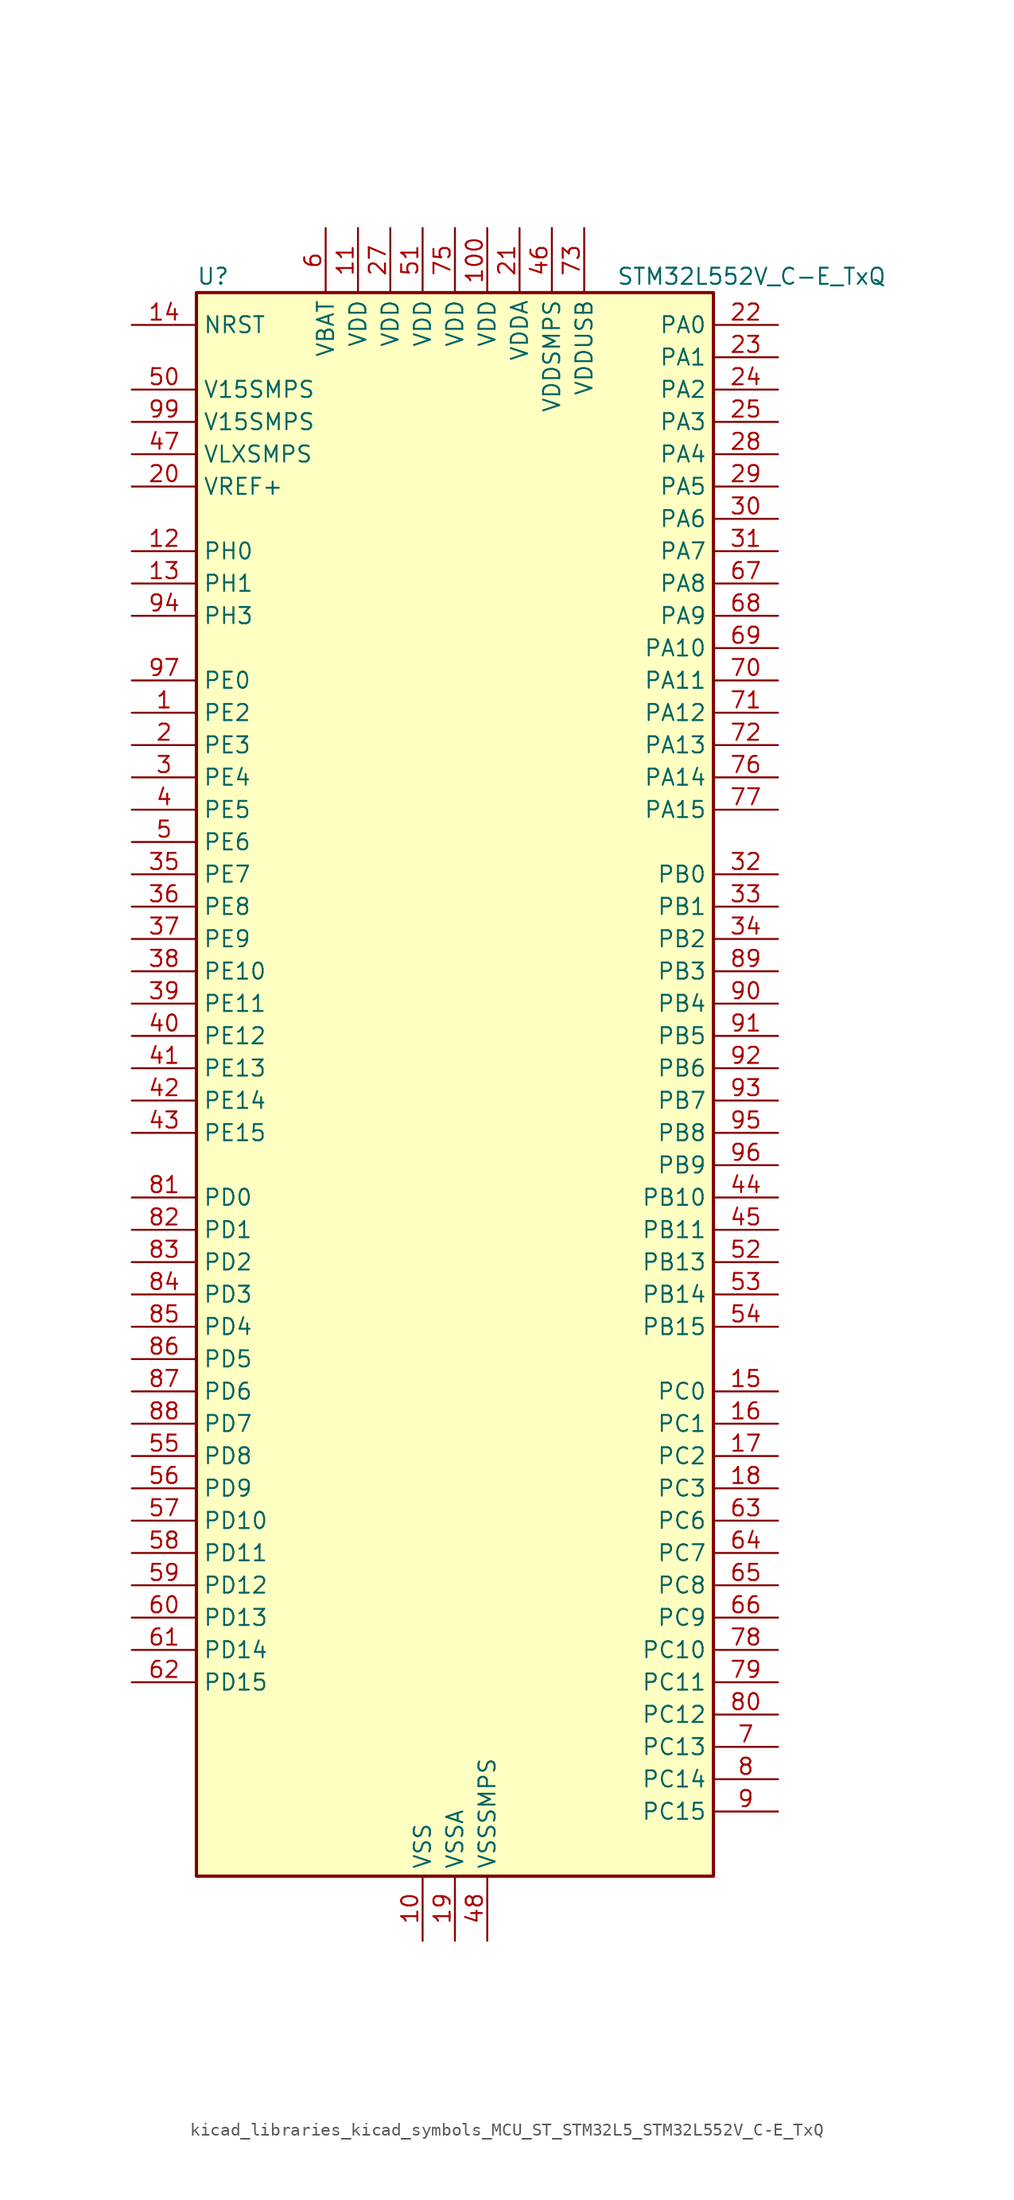
<source format=kicad_sym>
(kicad_symbol_lib
  (version 20220914)
  (generator kicad_symbol_editor)
  (symbol "kicad_libraries_kicad_symbols_MCU_ST_STM32L5_STM32L552V_C-E_TxQ"
    (property "Reference" "U"
      (at -20.32 64.77 0)
      (effects (font (size 1.27 1.27)) (justify left)))
    (property "Value" "STM32L552V_C-E_TxQ"
      (at 12.7 64.77 0)
      (effects (font (size 1.27 1.27)) (justify left)))
    (property "ki_locked" ""
      (at 0 0 0)
      (effects (font (size 1.27 1.27))))
    (symbol "kicad_libraries_kicad_symbols_MCU_ST_STM32L5_STM32L552V_C-E_TxQ_0_1"
      (rectangle (start -20.32 -60.96) (end 20.32 63.5) (stroke (width 0.254) (type default)) (fill (type background))))
    (symbol "kicad_libraries_kicad_symbols_MCU_ST_STM32L5_STM32L552V_C-E_TxQ_1_1"
      (pin bidirectional line (at -25.4 30.48 0) (length 5.08) (name "PE2" (effects (font (size 1.27 1.27)))) (number "1" (effects (font (size 1.27 1.27)))) (alternate "DEBUG_TRACECLK" bidirectional line) (alternate "FMC_A23" bidirectional line) (alternate "SAI1_CK1" bidirectional line) (alternate "SAI1_MCLK_A" bidirectional line) (alternate "TIM3_ETR" bidirectional line) (alternate "TSC_G7_IO1" bidirectional line))
      (pin power_in line (at -2.54 -66.04 90) (length 5.08) (name "VSS" (effects (font (size 1.27 1.27)))) (number "10" (effects (font (size 1.27 1.27)))))
      (pin power_in line (at 2.54 68.58 270) (length 5.08) (name "VDD" (effects (font (size 1.27 1.27)))) (number "100" (effects (font (size 1.27 1.27)))))
      (pin power_in line (at -7.62 68.58 270) (length 5.08) (name "VDD" (effects (font (size 1.27 1.27)))) (number "11" (effects (font (size 1.27 1.27)))))
      (pin bidirectional line (at -25.4 43.18 0) (length 5.08) (name "PH0" (effects (font (size 1.27 1.27)))) (number "12" (effects (font (size 1.27 1.27)))) (alternate "RCC_OSC_IN" bidirectional line))
      (pin bidirectional line (at -25.4 40.64 0) (length 5.08) (name "PH1" (effects (font (size 1.27 1.27)))) (number "13" (effects (font (size 1.27 1.27)))) (alternate "RCC_OSC_OUT" bidirectional line))
      (pin input line (at -25.4 60.96 0) (length 5.08) (name "NRST" (effects (font (size 1.27 1.27)))) (number "14" (effects (font (size 1.27 1.27)))))
      (pin bidirectional line (at 25.4 -22.86 180) (length 5.08) (name "PC0" (effects (font (size 1.27 1.27)))) (number "15" (effects (font (size 1.27 1.27)))) (alternate "ADC1_IN1" bidirectional line) (alternate "ADC2_IN1" bidirectional line) (alternate "I2C3_SCL" bidirectional line) (alternate "LPTIM1_IN1" bidirectional line) (alternate "LPTIM2_IN1" bidirectional line) (alternate "LPUART1_RX" bidirectional line) (alternate "OCTOSPI1_IO7" bidirectional line) (alternate "SAI2_FS_A" bidirectional line) (alternate "SDMMC1_D5" bidirectional line))
      (pin bidirectional line (at 25.4 -25.4 180) (length 5.08) (name "PC1" (effects (font (size 1.27 1.27)))) (number "16" (effects (font (size 1.27 1.27)))) (alternate "ADC1_IN2" bidirectional line) (alternate "ADC2_IN2" bidirectional line) (alternate "DEBUG_TRACED0" bidirectional line) (alternate "I2C3_SDA" bidirectional line) (alternate "LPTIM1_OUT" bidirectional line) (alternate "LPUART1_TX" bidirectional line) (alternate "OCTOSPI1_IO4" bidirectional line) (alternate "SAI1_SD_A" bidirectional line) (alternate "SPI2_MOSI" bidirectional line))
      (pin bidirectional line (at 25.4 -27.94 180) (length 5.08) (name "PC2" (effects (font (size 1.27 1.27)))) (number "17" (effects (font (size 1.27 1.27)))) (alternate "ADC1_IN3" bidirectional line) (alternate "ADC2_IN3" bidirectional line) (alternate "DFSDM1_CKOUT" bidirectional line) (alternate "LPTIM1_IN2" bidirectional line) (alternate "OCTOSPI1_IO5" bidirectional line) (alternate "SPI2_MISO" bidirectional line))
      (pin bidirectional line (at 25.4 -30.48 180) (length 5.08) (name "PC3" (effects (font (size 1.27 1.27)))) (number "18" (effects (font (size 1.27 1.27)))) (alternate "ADC1_IN4" bidirectional line) (alternate "ADC2_IN4" bidirectional line) (alternate "LPTIM1_ETR" bidirectional line) (alternate "LPTIM2_ETR" bidirectional line) (alternate "LPTIM3_OUT" bidirectional line) (alternate "OCTOSPI1_IO6" bidirectional line) (alternate "SAI1_D1" bidirectional line) (alternate "SAI1_SD_A" bidirectional line) (alternate "SPI2_MOSI" bidirectional line))
      (pin power_in line (at 0 -66.04 90) (length 5.08) (name "VSSA" (effects (font (size 1.27 1.27)))) (number "19" (effects (font (size 1.27 1.27)))))
      (pin bidirectional line (at -25.4 27.94 0) (length 5.08) (name "PE3" (effects (font (size 1.27 1.27)))) (number "2" (effects (font (size 1.27 1.27)))) (alternate "DEBUG_TRACED0" bidirectional line) (alternate "FMC_A19" bidirectional line) (alternate "OCTOSPI1_DQS" bidirectional line) (alternate "SAI1_SD_B" bidirectional line) (alternate "TIM3_CH1" bidirectional line) (alternate "TSC_G7_IO2" bidirectional line))
      (pin input line (at -25.4 48.26 0) (length 5.08) (name "VREF+" (effects (font (size 1.27 1.27)))) (number "20" (effects (font (size 1.27 1.27)))))
      (pin power_in line (at 5.08 68.58 270) (length 5.08) (name "VDDA" (effects (font (size 1.27 1.27)))) (number "21" (effects (font (size 1.27 1.27)))))
      (pin bidirectional line (at 25.4 60.96 180) (length 5.08) (name "PA0" (effects (font (size 1.27 1.27)))) (number "22" (effects (font (size 1.27 1.27)))) (alternate "ADC1_IN5" bidirectional line) (alternate "ADC2_IN5" bidirectional line) (alternate "OPAMP1_VINP" bidirectional line) (alternate "PWR_WKUP1" bidirectional line) (alternate "SAI1_EXTCLK" bidirectional line) (alternate "TAMP_IN2" bidirectional line) (alternate "TAMP_OUT1" bidirectional line) (alternate "TIM2_CH1" bidirectional line) (alternate "TIM2_ETR" bidirectional line) (alternate "TIM5_CH1" bidirectional line) (alternate "TIM8_ETR" bidirectional line) (alternate "UART4_TX" bidirectional line) (alternate "USART2_CTS" bidirectional line) (alternate "USART2_NSS" bidirectional line))
      (pin bidirectional line (at 25.4 58.42 180) (length 5.08) (name "PA1" (effects (font (size 1.27 1.27)))) (number "23" (effects (font (size 1.27 1.27)))) (alternate "ADC1_IN6" bidirectional line) (alternate "ADC2_IN6" bidirectional line) (alternate "I2C1_SMBA" bidirectional line) (alternate "OCTOSPI1_DQS" bidirectional line) (alternate "OPAMP1_VINM" bidirectional line) (alternate "SPI1_SCK" bidirectional line) (alternate "TAMP_IN5" bidirectional line) (alternate "TAMP_OUT4" bidirectional line) (alternate "TIM15_CH1N" bidirectional line) (alternate "TIM2_CH2" bidirectional line) (alternate "TIM5_CH2" bidirectional line) (alternate "UART4_RX" bidirectional line) (alternate "USART2_DE" bidirectional line) (alternate "USART2_RTS" bidirectional line))
      (pin bidirectional line (at 25.4 55.88 180) (length 5.08) (name "PA2" (effects (font (size 1.27 1.27)))) (number "24" (effects (font (size 1.27 1.27)))) (alternate "ADC1_IN7" bidirectional line) (alternate "ADC2_IN7" bidirectional line) (alternate "COMP1_INP" bidirectional line) (alternate "LPUART1_TX" bidirectional line) (alternate "OCTOSPI1_NCS" bidirectional line) (alternate "PWR_WKUP4" bidirectional line) (alternate "RCC_LSCO" bidirectional line) (alternate "SAI2_EXTCLK" bidirectional line) (alternate "TIM15_CH1" bidirectional line) (alternate "TIM2_CH3" bidirectional line) (alternate "TIM5_CH3" bidirectional line) (alternate "UCPD1_FRSTX1" bidirectional line) (alternate "USART2_TX" bidirectional line))
      (pin bidirectional line (at 25.4 53.34 180) (length 5.08) (name "PA3" (effects (font (size 1.27 1.27)))) (number "25" (effects (font (size 1.27 1.27)))) (alternate "ADC1_IN8" bidirectional line) (alternate "ADC2_IN8" bidirectional line) (alternate "LPUART1_RX" bidirectional line) (alternate "OCTOSPI1_CLK" bidirectional line) (alternate "OPAMP1_VOUT" bidirectional line) (alternate "SAI1_CK1" bidirectional line) (alternate "SAI1_MCLK_A" bidirectional line) (alternate "TIM15_CH2" bidirectional line) (alternate "TIM2_CH4" bidirectional line) (alternate "TIM5_CH4" bidirectional line) (alternate "USART2_RX" bidirectional line))
      (pin passive line (at -2.54 -66.04 90) (length 5.08) hide (name "VSS" (effects (font (size 1.27 1.27)))) (number "26" (effects (font (size 1.27 1.27)))))
      (pin power_in line (at -5.08 68.58 270) (length 5.08) (name "VDD" (effects (font (size 1.27 1.27)))) (number "27" (effects (font (size 1.27 1.27)))))
      (pin bidirectional line (at 25.4 50.8 180) (length 5.08) (name "PA4" (effects (font (size 1.27 1.27)))) (number "28" (effects (font (size 1.27 1.27)))) (alternate "ADC1_IN9" bidirectional line) (alternate "ADC2_IN9" bidirectional line) (alternate "DAC1_OUT1" bidirectional line) (alternate "LPTIM2_OUT" bidirectional line) (alternate "OCTOSPI1_NCS" bidirectional line) (alternate "SAI1_FS_B" bidirectional line) (alternate "SPI1_NSS" bidirectional line) (alternate "SPI3_NSS" bidirectional line) (alternate "USART2_CK" bidirectional line))
      (pin bidirectional line (at 25.4 48.26 180) (length 5.08) (name "PA5" (effects (font (size 1.27 1.27)))) (number "29" (effects (font (size 1.27 1.27)))) (alternate "ADC1_IN10" bidirectional line) (alternate "ADC2_IN10" bidirectional line) (alternate "DAC1_OUT2" bidirectional line) (alternate "LPTIM2_ETR" bidirectional line) (alternate "SPI1_SCK" bidirectional line) (alternate "TIM2_CH1" bidirectional line) (alternate "TIM2_ETR" bidirectional line) (alternate "TIM8_CH1N" bidirectional line))
      (pin bidirectional line (at -25.4 25.4 0) (length 5.08) (name "PE4" (effects (font (size 1.27 1.27)))) (number "3" (effects (font (size 1.27 1.27)))) (alternate "DEBUG_TRACED1" bidirectional line) (alternate "DFSDM1_DATIN3" bidirectional line) (alternate "FMC_A20" bidirectional line) (alternate "SAI1_D2" bidirectional line) (alternate "SAI1_FS_A" bidirectional line) (alternate "TIM3_CH2" bidirectional line) (alternate "TSC_G7_IO3" bidirectional line))
      (pin bidirectional line (at 25.4 45.72 180) (length 5.08) (name "PA6" (effects (font (size 1.27 1.27)))) (number "30" (effects (font (size 1.27 1.27)))) (alternate "ADC1_IN11" bidirectional line) (alternate "ADC2_IN11" bidirectional line) (alternate "LPUART1_CTS" bidirectional line) (alternate "OCTOSPI1_IO3" bidirectional line) (alternate "OPAMP2_VINP" bidirectional line) (alternate "SPI1_MISO" bidirectional line) (alternate "TIM16_CH1" bidirectional line) (alternate "TIM1_BKIN" bidirectional line) (alternate "TIM3_CH1" bidirectional line) (alternate "TIM8_BKIN" bidirectional line) (alternate "USART3_CTS" bidirectional line) (alternate "USART3_NSS" bidirectional line))
      (pin bidirectional line (at 25.4 43.18 180) (length 5.08) (name "PA7" (effects (font (size 1.27 1.27)))) (number "31" (effects (font (size 1.27 1.27)))) (alternate "ADC1_IN12" bidirectional line) (alternate "ADC2_IN12" bidirectional line) (alternate "I2C3_SCL" bidirectional line) (alternate "OCTOSPI1_IO2" bidirectional line) (alternate "OPAMP2_VINM" bidirectional line) (alternate "SPI1_MOSI" bidirectional line) (alternate "TIM17_CH1" bidirectional line) (alternate "TIM1_CH1N" bidirectional line) (alternate "TIM3_CH2" bidirectional line) (alternate "TIM8_CH1N" bidirectional line))
      (pin bidirectional line (at 25.4 17.78 180) (length 5.08) (name "PB0" (effects (font (size 1.27 1.27)))) (number "32" (effects (font (size 1.27 1.27)))) (alternate "ADC1_IN15" bidirectional line) (alternate "ADC2_IN15" bidirectional line) (alternate "COMP1_OUT" bidirectional line) (alternate "OCTOSPI1_IO1" bidirectional line) (alternate "OPAMP2_VOUT" bidirectional line) (alternate "SAI1_EXTCLK" bidirectional line) (alternate "SPI1_NSS" bidirectional line) (alternate "TIM1_CH2N" bidirectional line) (alternate "TIM3_CH3" bidirectional line) (alternate "TIM8_CH2N" bidirectional line) (alternate "USART3_CK" bidirectional line))
      (pin bidirectional line (at 25.4 15.24 180) (length 5.08) (name "PB1" (effects (font (size 1.27 1.27)))) (number "33" (effects (font (size 1.27 1.27)))) (alternate "ADC1_IN16" bidirectional line) (alternate "ADC2_IN16" bidirectional line) (alternate "COMP1_INM" bidirectional line) (alternate "DFSDM1_DATIN0" bidirectional line) (alternate "LPTIM2_IN1" bidirectional line) (alternate "LPUART1_DE" bidirectional line) (alternate "LPUART1_RTS" bidirectional line) (alternate "OCTOSPI1_IO0" bidirectional line) (alternate "TIM1_CH3N" bidirectional line) (alternate "TIM3_CH4" bidirectional line) (alternate "TIM8_CH3N" bidirectional line) (alternate "USART3_DE" bidirectional line) (alternate "USART3_RTS" bidirectional line))
      (pin bidirectional line (at 25.4 12.7 180) (length 5.08) (name "PB2" (effects (font (size 1.27 1.27)))) (number "34" (effects (font (size 1.27 1.27)))) (alternate "COMP1_INP" bidirectional line) (alternate "DFSDM1_CKIN0" bidirectional line) (alternate "I2C3_SMBA" bidirectional line) (alternate "LPTIM1_OUT" bidirectional line) (alternate "OCTOSPI1_DQS" bidirectional line) (alternate "RTC_OUT2" bidirectional line) (alternate "UCPD1_FRSTX1" bidirectional line))
      (pin bidirectional line (at -25.4 17.78 0) (length 5.08) (name "PE7" (effects (font (size 1.27 1.27)))) (number "35" (effects (font (size 1.27 1.27)))) (alternate "DFSDM1_DATIN2" bidirectional line) (alternate "FMC_D4" bidirectional line) (alternate "FMC_DA4" bidirectional line) (alternate "SAI1_SD_B" bidirectional line) (alternate "TIM1_ETR" bidirectional line))
      (pin bidirectional line (at -25.4 15.24 0) (length 5.08) (name "PE8" (effects (font (size 1.27 1.27)))) (number "36" (effects (font (size 1.27 1.27)))) (alternate "DFSDM1_CKIN2" bidirectional line) (alternate "FMC_D5" bidirectional line) (alternate "FMC_DA5" bidirectional line) (alternate "SAI1_SCK_B" bidirectional line) (alternate "TIM1_CH1N" bidirectional line))
      (pin bidirectional line (at -25.4 12.7 0) (length 5.08) (name "PE9" (effects (font (size 1.27 1.27)))) (number "37" (effects (font (size 1.27 1.27)))) (alternate "DAC1_EXTI9" bidirectional line) (alternate "DFSDM1_CKOUT" bidirectional line) (alternate "FMC_D6" bidirectional line) (alternate "FMC_DA6" bidirectional line) (alternate "OCTOSPI1_NCLK" bidirectional line) (alternate "SAI1_FS_B" bidirectional line) (alternate "TIM1_CH1" bidirectional line))
      (pin bidirectional line (at -25.4 10.16 0) (length 5.08) (name "PE10" (effects (font (size 1.27 1.27)))) (number "38" (effects (font (size 1.27 1.27)))) (alternate "FMC_D7" bidirectional line) (alternate "FMC_DA7" bidirectional line) (alternate "OCTOSPI1_CLK" bidirectional line) (alternate "SAI1_MCLK_B" bidirectional line) (alternate "TIM1_CH2N" bidirectional line) (alternate "TSC_G5_IO1" bidirectional line))
      (pin bidirectional line (at -25.4 7.62 0) (length 5.08) (name "PE11" (effects (font (size 1.27 1.27)))) (number "39" (effects (font (size 1.27 1.27)))) (alternate "ADC1_EXTI11" bidirectional line) (alternate "ADC2_EXTI11" bidirectional line) (alternate "FMC_D8" bidirectional line) (alternate "FMC_DA8" bidirectional line) (alternate "OCTOSPI1_NCS" bidirectional line) (alternate "TIM1_CH2" bidirectional line) (alternate "TSC_G5_IO2" bidirectional line))
      (pin bidirectional line (at -25.4 22.86 0) (length 5.08) (name "PE5" (effects (font (size 1.27 1.27)))) (number "4" (effects (font (size 1.27 1.27)))) (alternate "DEBUG_TRACED2" bidirectional line) (alternate "DFSDM1_CKIN3" bidirectional line) (alternate "FMC_A21" bidirectional line) (alternate "SAI1_CK2" bidirectional line) (alternate "SAI1_SCK_A" bidirectional line) (alternate "TIM3_CH3" bidirectional line) (alternate "TSC_G7_IO4" bidirectional line))
      (pin bidirectional line (at -25.4 5.08 0) (length 5.08) (name "PE12" (effects (font (size 1.27 1.27)))) (number "40" (effects (font (size 1.27 1.27)))) (alternate "FMC_D9" bidirectional line) (alternate "FMC_DA9" bidirectional line) (alternate "OCTOSPI1_IO0" bidirectional line) (alternate "SPI1_NSS" bidirectional line) (alternate "TIM1_CH3N" bidirectional line) (alternate "TSC_G5_IO3" bidirectional line))
      (pin bidirectional line (at -25.4 2.54 0) (length 5.08) (name "PE13" (effects (font (size 1.27 1.27)))) (number "41" (effects (font (size 1.27 1.27)))) (alternate "FMC_D10" bidirectional line) (alternate "FMC_DA10" bidirectional line) (alternate "OCTOSPI1_IO1" bidirectional line) (alternate "SPI1_SCK" bidirectional line) (alternate "TIM1_CH3" bidirectional line) (alternate "TSC_G5_IO4" bidirectional line))
      (pin bidirectional line (at -25.4 0 0) (length 5.08) (name "PE14" (effects (font (size 1.27 1.27)))) (number "42" (effects (font (size 1.27 1.27)))) (alternate "FMC_D11" bidirectional line) (alternate "FMC_DA11" bidirectional line) (alternate "OCTOSPI1_IO2" bidirectional line) (alternate "SPI1_MISO" bidirectional line) (alternate "TIM1_BKIN2" bidirectional line) (alternate "TIM1_CH4" bidirectional line))
      (pin bidirectional line (at -25.4 -2.54 0) (length 5.08) (name "PE15" (effects (font (size 1.27 1.27)))) (number "43" (effects (font (size 1.27 1.27)))) (alternate "ADC1_EXTI15" bidirectional line) (alternate "ADC2_EXTI15" bidirectional line) (alternate "FMC_D12" bidirectional line) (alternate "FMC_DA12" bidirectional line) (alternate "OCTOSPI1_IO3" bidirectional line) (alternate "SPI1_MOSI" bidirectional line) (alternate "TIM1_BKIN" bidirectional line))
      (pin bidirectional line (at 25.4 -7.62 180) (length 5.08) (name "PB10" (effects (font (size 1.27 1.27)))) (number "44" (effects (font (size 1.27 1.27)))) (alternate "COMP1_OUT" bidirectional line) (alternate "I2C2_SCL" bidirectional line) (alternate "I2C4_SCL" bidirectional line) (alternate "LPTIM3_OUT" bidirectional line) (alternate "LPUART1_RX" bidirectional line) (alternate "OCTOSPI1_CLK" bidirectional line) (alternate "SAI1_SCK_A" bidirectional line) (alternate "SPI2_SCK" bidirectional line) (alternate "TIM2_CH3" bidirectional line) (alternate "TSC_SYNC" bidirectional line) (alternate "USART3_TX" bidirectional line))
      (pin bidirectional line (at 25.4 -10.16 180) (length 5.08) (name "PB11" (effects (font (size 1.27 1.27)))) (number "45" (effects (font (size 1.27 1.27)))) (alternate "ADC1_EXTI11" bidirectional line) (alternate "ADC2_EXTI11" bidirectional line) (alternate "COMP2_OUT" bidirectional line) (alternate "I2C2_SDA" bidirectional line) (alternate "I2C4_SDA" bidirectional line) (alternate "LPUART1_TX" bidirectional line) (alternate "OCTOSPI1_NCS" bidirectional line) (alternate "TIM2_CH4" bidirectional line) (alternate "USART3_RX" bidirectional line))
      (pin power_in line (at 7.62 68.58 270) (length 5.08) (name "VDDSMPS" (effects (font (size 1.27 1.27)))) (number "46" (effects (font (size 1.27 1.27)))))
      (pin power_in line (at -25.4 50.8 0) (length 5.08) (name "VLXSMPS" (effects (font (size 1.27 1.27)))) (number "47" (effects (font (size 1.27 1.27)))))
      (pin power_in line (at 2.54 -66.04 90) (length 5.08) (name "VSSSMPS" (effects (font (size 1.27 1.27)))) (number "48" (effects (font (size 1.27 1.27)))))
      (pin passive line (at -2.54 -66.04 90) (length 5.08) hide (name "VSS" (effects (font (size 1.27 1.27)))) (number "49" (effects (font (size 1.27 1.27)))))
      (pin bidirectional line (at -25.4 20.32 0) (length 5.08) (name "PE6" (effects (font (size 1.27 1.27)))) (number "5" (effects (font (size 1.27 1.27)))) (alternate "DEBUG_TRACED3" bidirectional line) (alternate "FMC_A22" bidirectional line) (alternate "PWR_WKUP3" bidirectional line) (alternate "SAI1_D1" bidirectional line) (alternate "SAI1_SD_A" bidirectional line) (alternate "TAMP_IN3" bidirectional line) (alternate "TAMP_OUT6" bidirectional line) (alternate "TIM3_CH4" bidirectional line))
      (pin power_in line (at -25.4 55.88 0) (length 5.08) (name "V15SMPS" (effects (font (size 1.27 1.27)))) (number "50" (effects (font (size 1.27 1.27)))))
      (pin power_in line (at -2.54 68.58 270) (length 5.08) (name "VDD" (effects (font (size 1.27 1.27)))) (number "51" (effects (font (size 1.27 1.27)))))
      (pin bidirectional line (at 25.4 -12.7 180) (length 5.08) (name "PB13" (effects (font (size 1.27 1.27)))) (number "52" (effects (font (size 1.27 1.27)))) (alternate "DFSDM1_CKIN1" bidirectional line) (alternate "I2C2_SCL" bidirectional line) (alternate "LPTIM3_IN1" bidirectional line) (alternate "LPUART1_CTS" bidirectional line) (alternate "SAI2_SCK_A" bidirectional line) (alternate "SPI2_SCK" bidirectional line) (alternate "TIM15_CH1N" bidirectional line) (alternate "TIM1_CH1N" bidirectional line) (alternate "TSC_G1_IO2" bidirectional line) (alternate "UCPD1_FRSTX2" bidirectional line) (alternate "USART3_CTS" bidirectional line) (alternate "USART3_NSS" bidirectional line))
      (pin bidirectional line (at 25.4 -15.24 180) (length 5.08) (name "PB14" (effects (font (size 1.27 1.27)))) (number "53" (effects (font (size 1.27 1.27)))) (alternate "DFSDM1_DATIN2" bidirectional line) (alternate "I2C2_SDA" bidirectional line) (alternate "LPTIM3_ETR" bidirectional line) (alternate "SAI2_MCLK_A" bidirectional line) (alternate "SPI2_MISO" bidirectional line) (alternate "TIM15_CH1" bidirectional line) (alternate "TIM1_CH2N" bidirectional line) (alternate "TIM8_CH2N" bidirectional line) (alternate "TSC_G1_IO3" bidirectional line) (alternate "UCPD1_DBCC2" bidirectional line) (alternate "USART3_DE" bidirectional line) (alternate "USART3_RTS" bidirectional line))
      (pin bidirectional line (at 25.4 -17.78 180) (length 5.08) (name "PB15" (effects (font (size 1.27 1.27)))) (number "54" (effects (font (size 1.27 1.27)))) (alternate "ADC1_EXTI15" bidirectional line) (alternate "ADC2_EXTI15" bidirectional line) (alternate "DFSDM1_CKIN2" bidirectional line) (alternate "RTC_REFIN" bidirectional line) (alternate "SAI2_SD_A" bidirectional line) (alternate "SPI2_MOSI" bidirectional line) (alternate "TIM15_CH2" bidirectional line) (alternate "TIM1_CH3N" bidirectional line) (alternate "TIM8_CH3N" bidirectional line) (alternate "UCPD1_CC2" bidirectional line))
      (pin bidirectional line (at -25.4 -27.94 0) (length 5.08) (name "PD8" (effects (font (size 1.27 1.27)))) (number "55" (effects (font (size 1.27 1.27)))) (alternate "FMC_D13" bidirectional line) (alternate "FMC_DA13" bidirectional line) (alternate "USART3_TX" bidirectional line))
      (pin bidirectional line (at -25.4 -30.48 0) (length 5.08) (name "PD9" (effects (font (size 1.27 1.27)))) (number "56" (effects (font (size 1.27 1.27)))) (alternate "DAC1_EXTI9" bidirectional line) (alternate "FMC_D14" bidirectional line) (alternate "FMC_DA14" bidirectional line) (alternate "SAI2_MCLK_A" bidirectional line) (alternate "USART3_RX" bidirectional line))
      (pin bidirectional line (at -25.4 -33.02 0) (length 5.08) (name "PD10" (effects (font (size 1.27 1.27)))) (number "57" (effects (font (size 1.27 1.27)))) (alternate "FMC_D15" bidirectional line) (alternate "FMC_DA15" bidirectional line) (alternate "SAI2_SCK_A" bidirectional line) (alternate "TSC_G6_IO1" bidirectional line) (alternate "USART3_CK" bidirectional line))
      (pin bidirectional line (at -25.4 -35.56 0) (length 5.08) (name "PD11" (effects (font (size 1.27 1.27)))) (number "58" (effects (font (size 1.27 1.27)))) (alternate "ADC1_EXTI11" bidirectional line) (alternate "ADC2_EXTI11" bidirectional line) (alternate "FMC_A16" bidirectional line) (alternate "FMC_CLE" bidirectional line) (alternate "I2C4_SMBA" bidirectional line) (alternate "LPTIM2_ETR" bidirectional line) (alternate "SAI2_SD_A" bidirectional line) (alternate "TSC_G6_IO2" bidirectional line) (alternate "USART3_CTS" bidirectional line) (alternate "USART3_NSS" bidirectional line))
      (pin bidirectional line (at -25.4 -38.1 0) (length 5.08) (name "PD12" (effects (font (size 1.27 1.27)))) (number "59" (effects (font (size 1.27 1.27)))) (alternate "FMC_A17" bidirectional line) (alternate "FMC_ALE" bidirectional line) (alternate "I2C4_SCL" bidirectional line) (alternate "LPTIM2_IN1" bidirectional line) (alternate "SAI2_FS_A" bidirectional line) (alternate "TIM4_CH1" bidirectional line) (alternate "TSC_G6_IO3" bidirectional line) (alternate "USART3_DE" bidirectional line) (alternate "USART3_RTS" bidirectional line))
      (pin power_in line (at -10.16 68.58 270) (length 5.08) (name "VBAT" (effects (font (size 1.27 1.27)))) (number "6" (effects (font (size 1.27 1.27)))))
      (pin bidirectional line (at -25.4 -40.64 0) (length 5.08) (name "PD13" (effects (font (size 1.27 1.27)))) (number "60" (effects (font (size 1.27 1.27)))) (alternate "FMC_A18" bidirectional line) (alternate "I2C4_SDA" bidirectional line) (alternate "LPTIM2_OUT" bidirectional line) (alternate "TIM4_CH2" bidirectional line) (alternate "TSC_G6_IO4" bidirectional line))
      (pin bidirectional line (at -25.4 -43.18 0) (length 5.08) (name "PD14" (effects (font (size 1.27 1.27)))) (number "61" (effects (font (size 1.27 1.27)))) (alternate "FMC_D0" bidirectional line) (alternate "FMC_DA0" bidirectional line) (alternate "TIM4_CH3" bidirectional line))
      (pin bidirectional line (at -25.4 -45.72 0) (length 5.08) (name "PD15" (effects (font (size 1.27 1.27)))) (number "62" (effects (font (size 1.27 1.27)))) (alternate "ADC1_EXTI15" bidirectional line) (alternate "ADC2_EXTI15" bidirectional line) (alternate "FMC_D1" bidirectional line) (alternate "FMC_DA1" bidirectional line) (alternate "TIM4_CH4" bidirectional line))
      (pin bidirectional line (at 25.4 -33.02 180) (length 5.08) (name "PC6" (effects (font (size 1.27 1.27)))) (number "63" (effects (font (size 1.27 1.27)))) (alternate "DFSDM1_CKIN3" bidirectional line) (alternate "SAI2_MCLK_A" bidirectional line) (alternate "SDMMC1_D0DIR" bidirectional line) (alternate "SDMMC1_D6" bidirectional line) (alternate "TIM3_CH1" bidirectional line) (alternate "TIM8_CH1" bidirectional line) (alternate "TSC_G4_IO1" bidirectional line))
      (pin bidirectional line (at 25.4 -35.56 180) (length 5.08) (name "PC7" (effects (font (size 1.27 1.27)))) (number "64" (effects (font (size 1.27 1.27)))) (alternate "DFSDM1_DATIN3" bidirectional line) (alternate "SAI2_MCLK_B" bidirectional line) (alternate "SDMMC1_D123DIR" bidirectional line) (alternate "SDMMC1_D7" bidirectional line) (alternate "TIM3_CH2" bidirectional line) (alternate "TIM8_CH2" bidirectional line) (alternate "TSC_G4_IO2" bidirectional line))
      (pin bidirectional line (at 25.4 -38.1 180) (length 5.08) (name "PC8" (effects (font (size 1.27 1.27)))) (number "65" (effects (font (size 1.27 1.27)))) (alternate "SDMMC1_D0" bidirectional line) (alternate "TIM3_CH3" bidirectional line) (alternate "TIM8_CH3" bidirectional line) (alternate "TSC_G4_IO3" bidirectional line))
      (pin bidirectional line (at 25.4 -40.64 180) (length 5.08) (name "PC9" (effects (font (size 1.27 1.27)))) (number "66" (effects (font (size 1.27 1.27)))) (alternate "DAC1_EXTI9" bidirectional line) (alternate "DEBUG_TRACED0" bidirectional line) (alternate "SAI2_EXTCLK" bidirectional line) (alternate "SDMMC1_D1" bidirectional line) (alternate "TIM3_CH4" bidirectional line) (alternate "TIM8_BKIN2" bidirectional line) (alternate "TIM8_CH4" bidirectional line) (alternate "TSC_G4_IO4" bidirectional line) (alternate "USB_NOE" bidirectional line))
      (pin bidirectional line (at 25.4 40.64 180) (length 5.08) (name "PA8" (effects (font (size 1.27 1.27)))) (number "67" (effects (font (size 1.27 1.27)))) (alternate "LPTIM2_OUT" bidirectional line) (alternate "RCC_MCO" bidirectional line) (alternate "SAI1_CK2" bidirectional line) (alternate "SAI1_SCK_A" bidirectional line) (alternate "TIM1_CH1" bidirectional line) (alternate "USART1_CK" bidirectional line))
      (pin bidirectional line (at 25.4 38.1 180) (length 5.08) (name "PA9" (effects (font (size 1.27 1.27)))) (number "68" (effects (font (size 1.27 1.27)))) (alternate "DAC1_EXTI9" bidirectional line) (alternate "SAI1_FS_A" bidirectional line) (alternate "SPI2_SCK" bidirectional line) (alternate "TIM15_BKIN" bidirectional line) (alternate "TIM1_CH2" bidirectional line) (alternate "USART1_TX" bidirectional line))
      (pin bidirectional line (at 25.4 35.56 180) (length 5.08) (name "PA10" (effects (font (size 1.27 1.27)))) (number "69" (effects (font (size 1.27 1.27)))) (alternate "CRS_SYNC" bidirectional line) (alternate "SAI1_D1" bidirectional line) (alternate "SAI1_SD_A" bidirectional line) (alternate "TIM17_BKIN" bidirectional line) (alternate "TIM1_CH3" bidirectional line) (alternate "USART1_RX" bidirectional line))
      (pin bidirectional line (at 25.4 -50.8 180) (length 5.08) (name "PC13" (effects (font (size 1.27 1.27)))) (number "7" (effects (font (size 1.27 1.27)))) (alternate "PWR_WKUP2" bidirectional line) (alternate "RTC_OUT1" bidirectional line) (alternate "RTC_TS" bidirectional line) (alternate "TAMP_IN1" bidirectional line) (alternate "TAMP_OUT2" bidirectional line))
      (pin bidirectional line (at 25.4 33.02 180) (length 5.08) (name "PA11" (effects (font (size 1.27 1.27)))) (number "70" (effects (font (size 1.27 1.27)))) (alternate "ADC1_EXTI11" bidirectional line) (alternate "ADC2_EXTI11" bidirectional line) (alternate "FDCAN1_RX" bidirectional line) (alternate "SPI1_MISO" bidirectional line) (alternate "TIM1_BKIN2" bidirectional line) (alternate "TIM1_CH4" bidirectional line) (alternate "USART1_CTS" bidirectional line) (alternate "USART1_NSS" bidirectional line) (alternate "USB_DM" bidirectional line))
      (pin bidirectional line (at 25.4 30.48 180) (length 5.08) (name "PA12" (effects (font (size 1.27 1.27)))) (number "71" (effects (font (size 1.27 1.27)))) (alternate "FDCAN1_TX" bidirectional line) (alternate "SPI1_MOSI" bidirectional line) (alternate "TIM1_ETR" bidirectional line) (alternate "USART1_DE" bidirectional line) (alternate "USART1_RTS" bidirectional line) (alternate "USB_DP" bidirectional line))
      (pin bidirectional line (at 25.4 27.94 180) (length 5.08) (name "PA13" (effects (font (size 1.27 1.27)))) (number "72" (effects (font (size 1.27 1.27)))) (alternate "DEBUG_JTMS-SWDIO" bidirectional line) (alternate "IR_OUT" bidirectional line) (alternate "SAI1_SD_B" bidirectional line) (alternate "USB_NOE" bidirectional line))
      (pin power_in line (at 10.16 68.58 270) (length 5.08) (name "VDDUSB" (effects (font (size 1.27 1.27)))) (number "73" (effects (font (size 1.27 1.27)))))
      (pin passive line (at -2.54 -66.04 90) (length 5.08) hide (name "VSS" (effects (font (size 1.27 1.27)))) (number "74" (effects (font (size 1.27 1.27)))))
      (pin power_in line (at 0 68.58 270) (length 5.08) (name "VDD" (effects (font (size 1.27 1.27)))) (number "75" (effects (font (size 1.27 1.27)))))
      (pin bidirectional line (at 25.4 25.4 180) (length 5.08) (name "PA14" (effects (font (size 1.27 1.27)))) (number "76" (effects (font (size 1.27 1.27)))) (alternate "DEBUG_JTCK-SWCLK" bidirectional line) (alternate "I2C1_SMBA" bidirectional line) (alternate "I2C4_SMBA" bidirectional line) (alternate "LPTIM1_OUT" bidirectional line) (alternate "SAI1_FS_B" bidirectional line))
      (pin bidirectional line (at 25.4 22.86 180) (length 5.08) (name "PA15" (effects (font (size 1.27 1.27)))) (number "77" (effects (font (size 1.27 1.27)))) (alternate "ADC1_EXTI15" bidirectional line) (alternate "ADC2_EXTI15" bidirectional line) (alternate "DEBUG_JTDI" bidirectional line) (alternate "SAI2_FS_B" bidirectional line) (alternate "SPI1_NSS" bidirectional line) (alternate "SPI3_NSS" bidirectional line) (alternate "TIM2_CH1" bidirectional line) (alternate "TIM2_ETR" bidirectional line) (alternate "UART4_DE" bidirectional line) (alternate "UART4_RTS" bidirectional line) (alternate "UCPD1_CC1" bidirectional line) (alternate "USART2_RX" bidirectional line) (alternate "USART3_DE" bidirectional line) (alternate "USART3_RTS" bidirectional line))
      (pin bidirectional line (at 25.4 -43.18 180) (length 5.08) (name "PC10" (effects (font (size 1.27 1.27)))) (number "78" (effects (font (size 1.27 1.27)))) (alternate "DEBUG_TRACED1" bidirectional line) (alternate "LPTIM3_ETR" bidirectional line) (alternate "SAI2_SCK_B" bidirectional line) (alternate "SDMMC1_D2" bidirectional line) (alternate "SPI3_SCK" bidirectional line) (alternate "TSC_G3_IO2" bidirectional line) (alternate "UART4_TX" bidirectional line) (alternate "USART3_TX" bidirectional line))
      (pin bidirectional line (at 25.4 -45.72 180) (length 5.08) (name "PC11" (effects (font (size 1.27 1.27)))) (number "79" (effects (font (size 1.27 1.27)))) (alternate "ADC1_EXTI11" bidirectional line) (alternate "ADC2_EXTI11" bidirectional line) (alternate "LPTIM3_IN1" bidirectional line) (alternate "OCTOSPI1_NCS" bidirectional line) (alternate "SAI2_MCLK_B" bidirectional line) (alternate "SDMMC1_D3" bidirectional line) (alternate "SPI3_MISO" bidirectional line) (alternate "TSC_G3_IO3" bidirectional line) (alternate "UART4_RX" bidirectional line) (alternate "UCPD1_FRSTX2" bidirectional line) (alternate "USART3_RX" bidirectional line))
      (pin bidirectional line (at 25.4 -53.34 180) (length 5.08) (name "PC14" (effects (font (size 1.27 1.27)))) (number "8" (effects (font (size 1.27 1.27)))) (alternate "RCC_OSC32_IN" bidirectional line))
      (pin bidirectional line (at 25.4 -48.26 180) (length 5.08) (name "PC12" (effects (font (size 1.27 1.27)))) (number "80" (effects (font (size 1.27 1.27)))) (alternate "DEBUG_TRACED3" bidirectional line) (alternate "SAI2_SD_B" bidirectional line) (alternate "SDMMC1_CK" bidirectional line) (alternate "SPI3_MOSI" bidirectional line) (alternate "TSC_G3_IO4" bidirectional line) (alternate "UART5_TX" bidirectional line) (alternate "USART3_CK" bidirectional line))
      (pin bidirectional line (at -25.4 -7.62 0) (length 5.08) (name "PD0" (effects (font (size 1.27 1.27)))) (number "81" (effects (font (size 1.27 1.27)))) (alternate "FDCAN1_RX" bidirectional line) (alternate "FMC_D2" bidirectional line) (alternate "FMC_DA2" bidirectional line) (alternate "SPI2_NSS" bidirectional line))
      (pin bidirectional line (at -25.4 -10.16 0) (length 5.08) (name "PD1" (effects (font (size 1.27 1.27)))) (number "82" (effects (font (size 1.27 1.27)))) (alternate "FDCAN1_TX" bidirectional line) (alternate "FMC_D3" bidirectional line) (alternate "FMC_DA3" bidirectional line) (alternate "SPI2_SCK" bidirectional line))
      (pin bidirectional line (at -25.4 -12.7 0) (length 5.08) (name "PD2" (effects (font (size 1.27 1.27)))) (number "83" (effects (font (size 1.27 1.27)))) (alternate "DEBUG_TRACED2" bidirectional line) (alternate "SDMMC1_CMD" bidirectional line) (alternate "TIM3_ETR" bidirectional line) (alternate "TSC_SYNC" bidirectional line) (alternate "UART5_RX" bidirectional line) (alternate "USART3_DE" bidirectional line) (alternate "USART3_RTS" bidirectional line))
      (pin bidirectional line (at -25.4 -15.24 0) (length 5.08) (name "PD3" (effects (font (size 1.27 1.27)))) (number "84" (effects (font (size 1.27 1.27)))) (alternate "DFSDM1_DATIN0" bidirectional line) (alternate "FMC_CLK" bidirectional line) (alternate "SPI2_MISO" bidirectional line) (alternate "SPI2_SCK" bidirectional line) (alternate "USART2_CTS" bidirectional line) (alternate "USART2_NSS" bidirectional line))
      (pin bidirectional line (at -25.4 -17.78 0) (length 5.08) (name "PD4" (effects (font (size 1.27 1.27)))) (number "85" (effects (font (size 1.27 1.27)))) (alternate "DFSDM1_CKIN0" bidirectional line) (alternate "FMC_NOE" bidirectional line) (alternate "OCTOSPI1_IO4" bidirectional line) (alternate "SPI2_MOSI" bidirectional line) (alternate "USART2_DE" bidirectional line) (alternate "USART2_RTS" bidirectional line))
      (pin bidirectional line (at -25.4 -20.32 0) (length 5.08) (name "PD5" (effects (font (size 1.27 1.27)))) (number "86" (effects (font (size 1.27 1.27)))) (alternate "FMC_NWE" bidirectional line) (alternate "OCTOSPI1_IO5" bidirectional line) (alternate "USART2_TX" bidirectional line))
      (pin bidirectional line (at -25.4 -22.86 0) (length 5.08) (name "PD6" (effects (font (size 1.27 1.27)))) (number "87" (effects (font (size 1.27 1.27)))) (alternate "DFSDM1_DATIN1" bidirectional line) (alternate "FMC_NWAIT" bidirectional line) (alternate "OCTOSPI1_IO6" bidirectional line) (alternate "SAI1_D1" bidirectional line) (alternate "SAI1_SD_A" bidirectional line) (alternate "SPI3_MOSI" bidirectional line) (alternate "USART2_RX" bidirectional line))
      (pin bidirectional line (at -25.4 -25.4 0) (length 5.08) (name "PD7" (effects (font (size 1.27 1.27)))) (number "88" (effects (font (size 1.27 1.27)))) (alternate "DFSDM1_CKIN1" bidirectional line) (alternate "FMC_NCE" bidirectional line) (alternate "FMC_NE1" bidirectional line) (alternate "OCTOSPI1_IO7" bidirectional line) (alternate "USART2_CK" bidirectional line))
      (pin bidirectional line (at 25.4 10.16 180) (length 5.08) (name "PB3" (effects (font (size 1.27 1.27)))) (number "89" (effects (font (size 1.27 1.27)))) (alternate "COMP2_INM" bidirectional line) (alternate "CRS_SYNC" bidirectional line) (alternate "DEBUG_JTDO-SWO" bidirectional line) (alternate "SAI1_SCK_B" bidirectional line) (alternate "SPI1_SCK" bidirectional line) (alternate "SPI3_SCK" bidirectional line) (alternate "TIM2_CH2" bidirectional line) (alternate "USART1_DE" bidirectional line) (alternate "USART1_RTS" bidirectional line))
      (pin bidirectional line (at 25.4 -55.88 180) (length 5.08) (name "PC15" (effects (font (size 1.27 1.27)))) (number "9" (effects (font (size 1.27 1.27)))) (alternate "ADC1_EXTI15" bidirectional line) (alternate "ADC2_EXTI15" bidirectional line) (alternate "RCC_OSC32_OUT" bidirectional line))
      (pin bidirectional line (at 25.4 7.62 180) (length 5.08) (name "PB4" (effects (font (size 1.27 1.27)))) (number "90" (effects (font (size 1.27 1.27)))) (alternate "COMP2_INP" bidirectional line) (alternate "DEBUG_JTRST" bidirectional line) (alternate "I2C3_SDA" bidirectional line) (alternate "SAI1_MCLK_B" bidirectional line) (alternate "SPI1_MISO" bidirectional line) (alternate "SPI3_MISO" bidirectional line) (alternate "TIM17_BKIN" bidirectional line) (alternate "TIM3_CH1" bidirectional line) (alternate "TSC_G2_IO1" bidirectional line) (alternate "UART5_DE" bidirectional line) (alternate "UART5_RTS" bidirectional line) (alternate "USART1_CTS" bidirectional line) (alternate "USART1_NSS" bidirectional line))
      (pin bidirectional line (at 25.4 5.08 180) (length 5.08) (name "PB5" (effects (font (size 1.27 1.27)))) (number "91" (effects (font (size 1.27 1.27)))) (alternate "COMP2_OUT" bidirectional line) (alternate "I2C1_SMBA" bidirectional line) (alternate "LPTIM1_IN1" bidirectional line) (alternate "OCTOSPI1_NCLK" bidirectional line) (alternate "SAI1_SD_B" bidirectional line) (alternate "SPI1_MOSI" bidirectional line) (alternate "SPI3_MOSI" bidirectional line) (alternate "TIM16_BKIN" bidirectional line) (alternate "TIM3_CH2" bidirectional line) (alternate "TSC_G2_IO2" bidirectional line) (alternate "UART5_CTS" bidirectional line) (alternate "UCPD1_DBCC1" bidirectional line) (alternate "USART1_CK" bidirectional line))
      (pin bidirectional line (at 25.4 2.54 180) (length 5.08) (name "PB6" (effects (font (size 1.27 1.27)))) (number "92" (effects (font (size 1.27 1.27)))) (alternate "COMP2_INP" bidirectional line) (alternate "I2C1_SCL" bidirectional line) (alternate "I2C4_SCL" bidirectional line) (alternate "LPTIM1_ETR" bidirectional line) (alternate "SAI1_FS_B" bidirectional line) (alternate "TIM16_CH1N" bidirectional line) (alternate "TIM4_CH1" bidirectional line) (alternate "TIM8_BKIN2" bidirectional line) (alternate "TSC_G2_IO3" bidirectional line) (alternate "USART1_TX" bidirectional line))
      (pin bidirectional line (at 25.4 0 180) (length 5.08) (name "PB7" (effects (font (size 1.27 1.27)))) (number "93" (effects (font (size 1.27 1.27)))) (alternate "COMP2_INM" bidirectional line) (alternate "FMC_NL" bidirectional line) (alternate "I2C1_SDA" bidirectional line) (alternate "I2C4_SDA" bidirectional line) (alternate "LPTIM1_IN2" bidirectional line) (alternate "PWR_PVD_IN" bidirectional line) (alternate "TIM17_CH1N" bidirectional line) (alternate "TIM4_CH2" bidirectional line) (alternate "TIM8_BKIN" bidirectional line) (alternate "TSC_G2_IO4" bidirectional line) (alternate "UART4_CTS" bidirectional line) (alternate "USART1_RX" bidirectional line))
      (pin bidirectional line (at -25.4 38.1 0) (length 5.08) (name "PH3" (effects (font (size 1.27 1.27)))) (number "94" (effects (font (size 1.27 1.27)))))
      (pin bidirectional line (at 25.4 -2.54 180) (length 5.08) (name "PB8" (effects (font (size 1.27 1.27)))) (number "95" (effects (font (size 1.27 1.27)))) (alternate "DFSDM1_CKOUT" bidirectional line) (alternate "FDCAN1_RX" bidirectional line) (alternate "I2C1_SCL" bidirectional line) (alternate "SAI1_CK1" bidirectional line) (alternate "SAI1_MCLK_A" bidirectional line) (alternate "SDMMC1_CKIN" bidirectional line) (alternate "SDMMC1_D4" bidirectional line) (alternate "TIM16_CH1" bidirectional line) (alternate "TIM4_CH3" bidirectional line))
      (pin bidirectional line (at 25.4 -5.08 180) (length 5.08) (name "PB9" (effects (font (size 1.27 1.27)))) (number "96" (effects (font (size 1.27 1.27)))) (alternate "DAC1_EXTI9" bidirectional line) (alternate "FDCAN1_TX" bidirectional line) (alternate "I2C1_SDA" bidirectional line) (alternate "IR_OUT" bidirectional line) (alternate "SAI1_D2" bidirectional line) (alternate "SAI1_FS_A" bidirectional line) (alternate "SDMMC1_CDIR" bidirectional line) (alternate "SDMMC1_D5" bidirectional line) (alternate "SPI2_NSS" bidirectional line) (alternate "TIM17_CH1" bidirectional line) (alternate "TIM4_CH4" bidirectional line))
      (pin bidirectional line (at -25.4 33.02 0) (length 5.08) (name "PE0" (effects (font (size 1.27 1.27)))) (number "97" (effects (font (size 1.27 1.27)))) (alternate "FMC_NBL0" bidirectional line) (alternate "TIM16_CH1" bidirectional line) (alternate "TIM4_ETR" bidirectional line))
      (pin passive line (at -2.54 -66.04 90) (length 5.08) hide (name "VSS" (effects (font (size 1.27 1.27)))) (number "98" (effects (font (size 1.27 1.27)))))
      (pin power_in line (at -25.4 53.34 0) (length 5.08) (name "V15SMPS" (effects (font (size 1.27 1.27)))) (number "99" (effects (font (size 1.27 1.27))))))))
</source>
